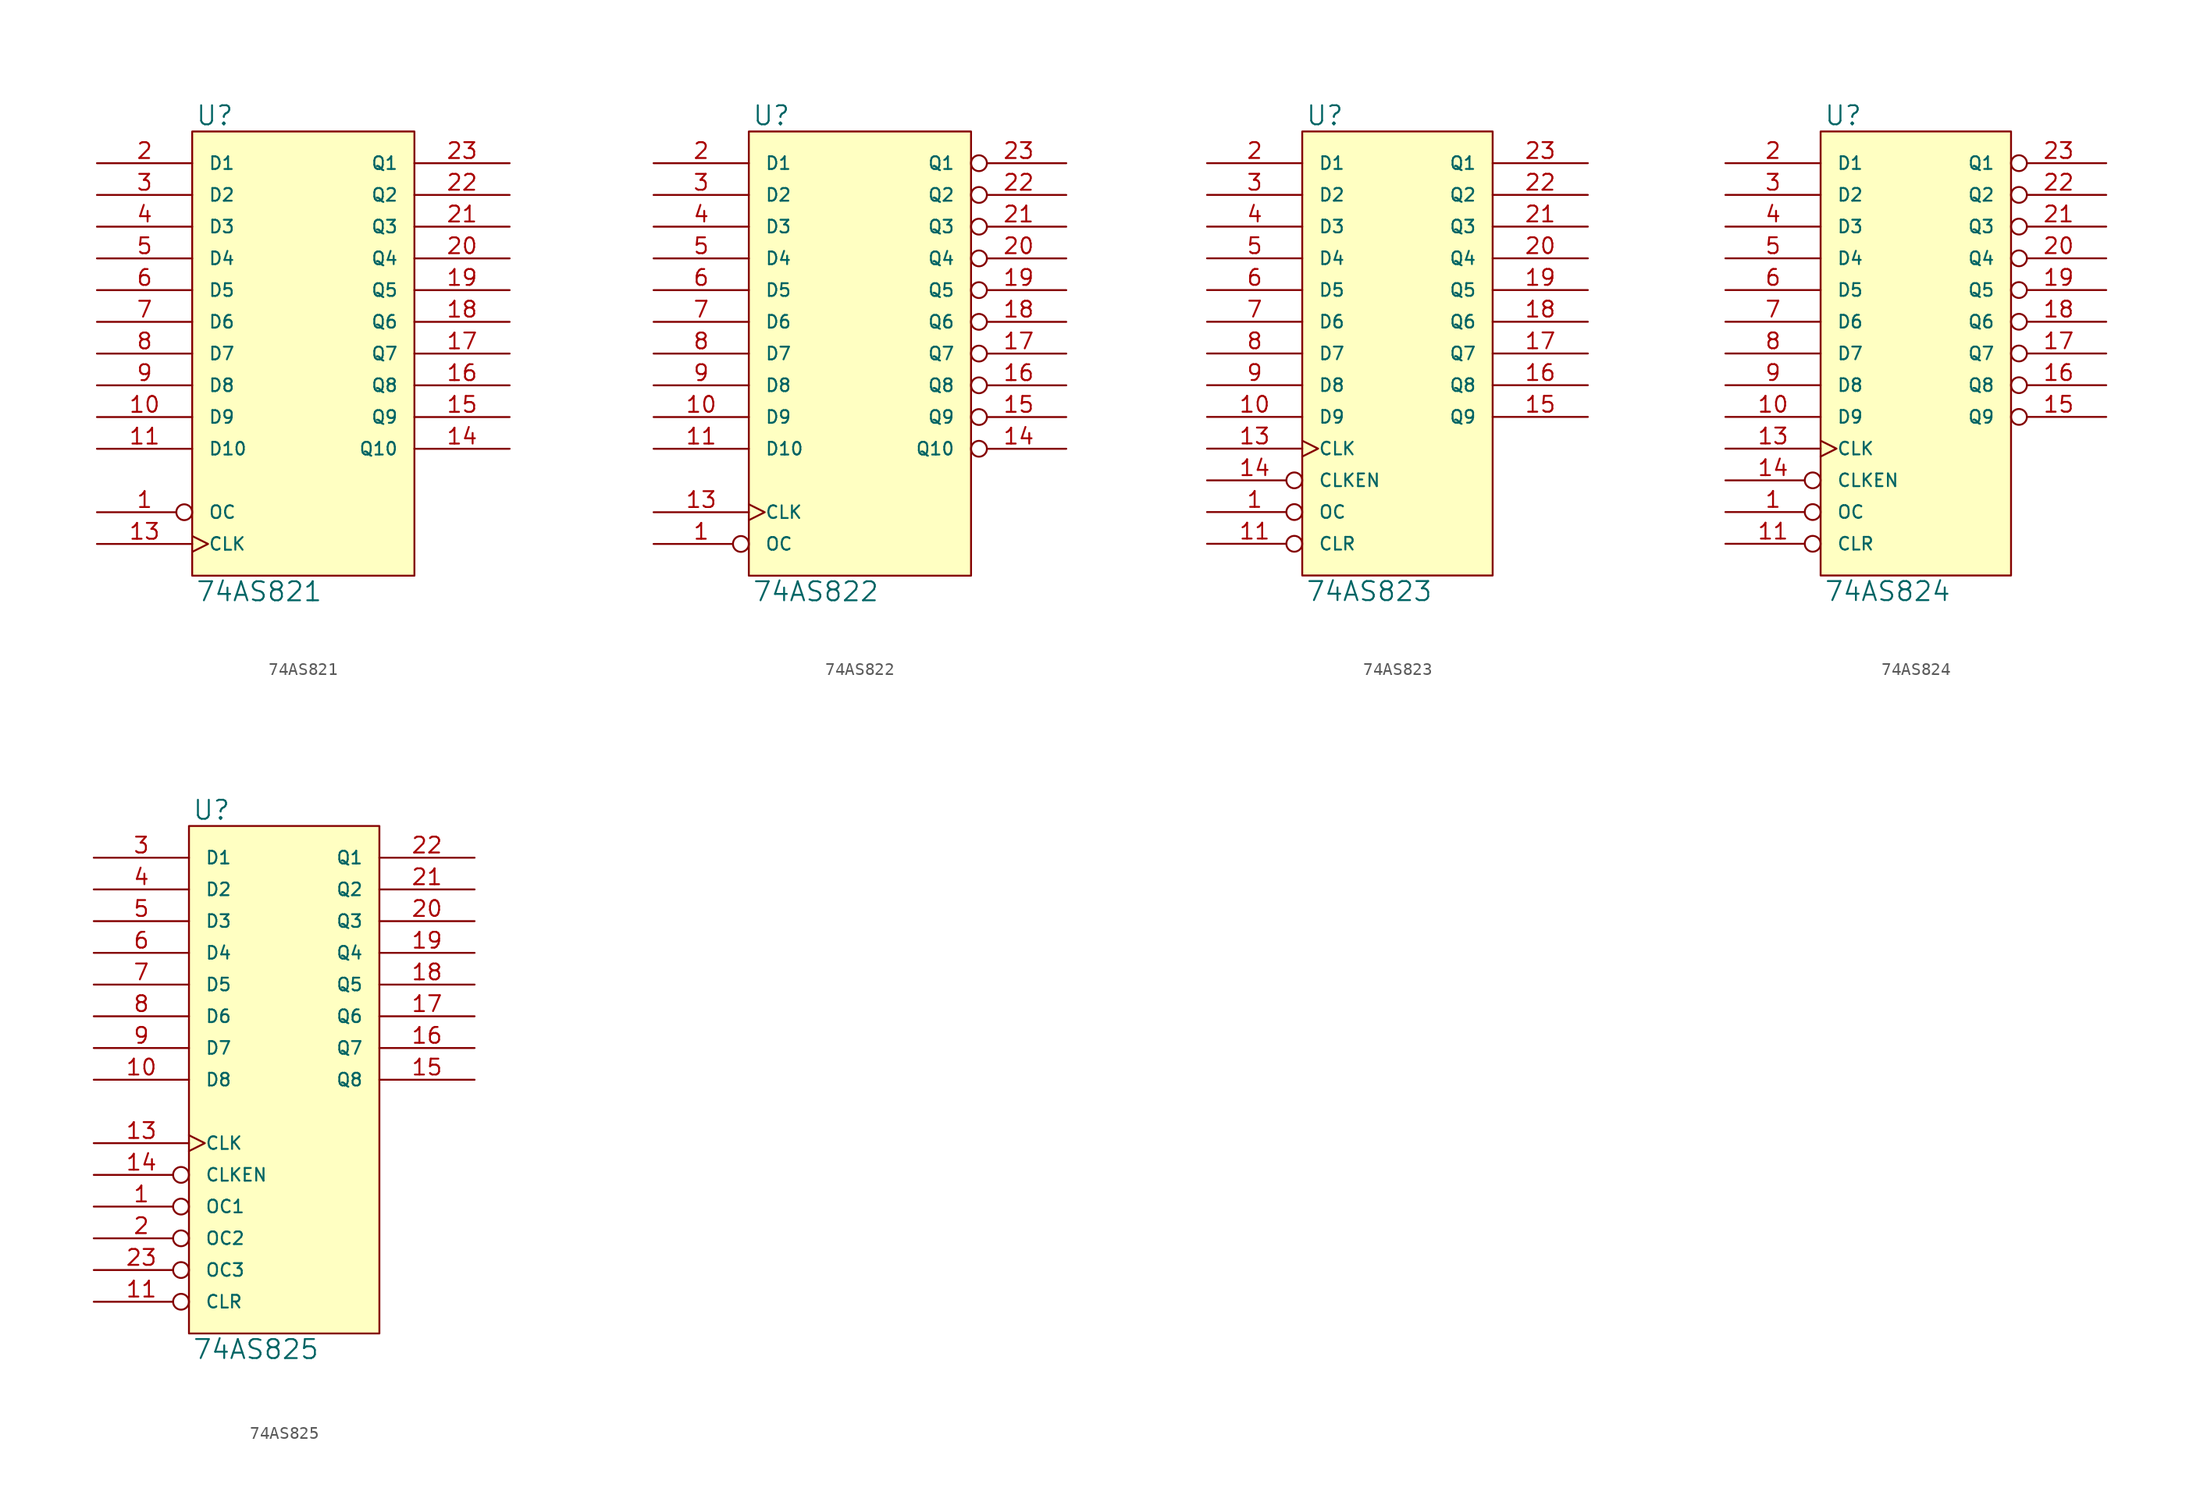
<source format=kicad_sym>
(kicad_symbol_lib
  (version 20231120)
  (generator "kicad_symbol_editor")
  (generator_version "8.0")
  (symbol "74AS821"
    (pin_names
      (offset 1.27))
    (property "Reference" "U"
      (at 0.254 0.381 0)
      (effects (font (size 1.524 1.524)) (justify left bottom)))
    (property "Value" "74AS821"
      (at 0.254 -35.941 0)
      (effects (font (size 1.524 1.524)) (justify left top)))
    (symbol "74AS821_0_1"
      (rectangle (start 0 0) (end 17.78 -35.56) (stroke (width 0) (type solid)) (fill (type background))))
    (symbol "74AS821_1_1"
      (pin input inverted (at -7.62 -30.48 0) (length 7.62) (name "OC" (effects (font (size 1.016 1.016)))) (number "1" (effects (font (size 1.27 1.27)))))
      (pin input line (at -7.62 -22.86 0) (length 7.62) (name "D9" (effects (font (size 1.016 1.016)))) (number "10" (effects (font (size 1.27 1.27)))))
      (pin input line (at -7.62 -25.4 0) (length 7.62) (name "D10" (effects (font (size 1.016 1.016)))) (number "11" (effects (font (size 1.27 1.27)))))
      (pin power_in line (at 0 -35.56 90) (length 0) hide (name "GND" (effects (font (size 1.016 1.016)))) (number "12" (effects (font (size 1.27 1.27)))))
      (pin input clock (at -7.62 -33.02 0) (length 7.62) (name "CLK" (effects (font (size 1.016 1.016)))) (number "13" (effects (font (size 1.27 1.27)))))
      (pin tri_state line (at 25.4 -25.4 180) (length 7.62) (name "Q10" (effects (font (size 1.016 1.016)))) (number "14" (effects (font (size 1.27 1.27)))))
      (pin tri_state line (at 25.4 -22.86 180) (length 7.62) (name "Q9" (effects (font (size 1.016 1.016)))) (number "15" (effects (font (size 1.27 1.27)))))
      (pin tri_state line (at 25.4 -20.32 180) (length 7.62) (name "Q8" (effects (font (size 1.016 1.016)))) (number "16" (effects (font (size 1.27 1.27)))))
      (pin tri_state line (at 25.4 -17.78 180) (length 7.62) (name "Q7" (effects (font (size 1.016 1.016)))) (number "17" (effects (font (size 1.27 1.27)))))
      (pin tri_state line (at 25.4 -15.24 180) (length 7.62) (name "Q6" (effects (font (size 1.016 1.016)))) (number "18" (effects (font (size 1.27 1.27)))))
      (pin tri_state line (at 25.4 -12.7 180) (length 7.62) (name "Q5" (effects (font (size 1.016 1.016)))) (number "19" (effects (font (size 1.27 1.27)))))
      (pin input line (at -7.62 -2.54 0) (length 7.62) (name "D1" (effects (font (size 1.016 1.016)))) (number "2" (effects (font (size 1.27 1.27)))))
      (pin tri_state line (at 25.4 -10.16 180) (length 7.62) (name "Q4" (effects (font (size 1.016 1.016)))) (number "20" (effects (font (size 1.27 1.27)))))
      (pin tri_state line (at 25.4 -7.62 180) (length 7.62) (name "Q3" (effects (font (size 1.016 1.016)))) (number "21" (effects (font (size 1.27 1.27)))))
      (pin tri_state line (at 25.4 -5.08 180) (length 7.62) (name "Q2" (effects (font (size 1.016 1.016)))) (number "22" (effects (font (size 1.27 1.27)))))
      (pin tri_state line (at 25.4 -2.54 180) (length 7.62) (name "Q1" (effects (font (size 1.016 1.016)))) (number "23" (effects (font (size 1.27 1.27)))))
      (pin power_in line (at 0 0 270) (length 0) hide (name "VCC" (effects (font (size 1.016 1.016)))) (number "24" (effects (font (size 1.27 1.27)))))
      (pin input line (at -7.62 -5.08 0) (length 7.62) (name "D2" (effects (font (size 1.016 1.016)))) (number "3" (effects (font (size 1.27 1.27)))))
      (pin input line (at -7.62 -7.62 0) (length 7.62) (name "D3" (effects (font (size 1.016 1.016)))) (number "4" (effects (font (size 1.27 1.27)))))
      (pin input line (at -7.62 -10.16 0) (length 7.62) (name "D4" (effects (font (size 1.016 1.016)))) (number "5" (effects (font (size 1.27 1.27)))))
      (pin input line (at -7.62 -12.7 0) (length 7.62) (name "D5" (effects (font (size 1.016 1.016)))) (number "6" (effects (font (size 1.27 1.27)))))
      (pin input line (at -7.62 -15.24 0) (length 7.62) (name "D6" (effects (font (size 1.016 1.016)))) (number "7" (effects (font (size 1.27 1.27)))))
      (pin input line (at -7.62 -17.78 0) (length 7.62) (name "D7" (effects (font (size 1.016 1.016)))) (number "8" (effects (font (size 1.27 1.27)))))
      (pin input line (at -7.62 -20.32 0) (length 7.62) (name "D8" (effects (font (size 1.016 1.016)))) (number "9" (effects (font (size 1.27 1.27)))))))
  (symbol "74AS822"
    (pin_names
      (offset 1.27))
    (property "Reference" "U"
      (at 0.254 0.381 0)
      (effects (font (size 1.524 1.524)) (justify left bottom)))
    (property "Value" "74AS822"
      (at 0.254 -35.941 0)
      (effects (font (size 1.524 1.524)) (justify left top)))
    (symbol "74AS822_0_1"
      (rectangle (start 0 0) (end 17.78 -35.56) (stroke (width 0) (type solid)) (fill (type background))))
    (symbol "74AS822_1_1"
      (pin input inverted (at -7.62 -33.02 0) (length 7.62) (name "OC" (effects (font (size 1.016 1.016)))) (number "1" (effects (font (size 1.27 1.27)))))
      (pin input line (at -7.62 -22.86 0) (length 7.62) (name "D9" (effects (font (size 1.016 1.016)))) (number "10" (effects (font (size 1.27 1.27)))))
      (pin input line (at -7.62 -25.4 0) (length 7.62) (name "D10" (effects (font (size 1.016 1.016)))) (number "11" (effects (font (size 1.27 1.27)))))
      (pin power_in line (at 0 -35.56 90) (length 0) hide (name "GND" (effects (font (size 1.016 1.016)))) (number "12" (effects (font (size 1.27 1.27)))))
      (pin input clock (at -7.62 -30.48 0) (length 7.62) (name "CLK" (effects (font (size 1.016 1.016)))) (number "13" (effects (font (size 1.27 1.27)))))
      (pin tri_state inverted (at 25.4 -25.4 180) (length 7.62) (name "Q10" (effects (font (size 1.016 1.016)))) (number "14" (effects (font (size 1.27 1.27)))))
      (pin tri_state inverted (at 25.4 -22.86 180) (length 7.62) (name "Q9" (effects (font (size 1.016 1.016)))) (number "15" (effects (font (size 1.27 1.27)))))
      (pin tri_state inverted (at 25.4 -20.32 180) (length 7.62) (name "Q8" (effects (font (size 1.016 1.016)))) (number "16" (effects (font (size 1.27 1.27)))))
      (pin tri_state inverted (at 25.4 -17.78 180) (length 7.62) (name "Q7" (effects (font (size 1.016 1.016)))) (number "17" (effects (font (size 1.27 1.27)))))
      (pin tri_state inverted (at 25.4 -15.24 180) (length 7.62) (name "Q6" (effects (font (size 1.016 1.016)))) (number "18" (effects (font (size 1.27 1.27)))))
      (pin tri_state inverted (at 25.4 -12.7 180) (length 7.62) (name "Q5" (effects (font (size 1.016 1.016)))) (number "19" (effects (font (size 1.27 1.27)))))
      (pin input line (at -7.62 -2.54 0) (length 7.62) (name "D1" (effects (font (size 1.016 1.016)))) (number "2" (effects (font (size 1.27 1.27)))))
      (pin tri_state inverted (at 25.4 -10.16 180) (length 7.62) (name "Q4" (effects (font (size 1.016 1.016)))) (number "20" (effects (font (size 1.27 1.27)))))
      (pin tri_state inverted (at 25.4 -7.62 180) (length 7.62) (name "Q3" (effects (font (size 1.016 1.016)))) (number "21" (effects (font (size 1.27 1.27)))))
      (pin tri_state inverted (at 25.4 -5.08 180) (length 7.62) (name "Q2" (effects (font (size 1.016 1.016)))) (number "22" (effects (font (size 1.27 1.27)))))
      (pin tri_state inverted (at 25.4 -2.54 180) (length 7.62) (name "Q1" (effects (font (size 1.016 1.016)))) (number "23" (effects (font (size 1.27 1.27)))))
      (pin power_in line (at 0 0 270) (length 0) hide (name "VCC" (effects (font (size 1.016 1.016)))) (number "24" (effects (font (size 1.27 1.27)))))
      (pin input line (at -7.62 -5.08 0) (length 7.62) (name "D2" (effects (font (size 1.016 1.016)))) (number "3" (effects (font (size 1.27 1.27)))))
      (pin input line (at -7.62 -7.62 0) (length 7.62) (name "D3" (effects (font (size 1.016 1.016)))) (number "4" (effects (font (size 1.27 1.27)))))
      (pin input line (at -7.62 -10.16 0) (length 7.62) (name "D4" (effects (font (size 1.016 1.016)))) (number "5" (effects (font (size 1.27 1.27)))))
      (pin input line (at -7.62 -12.7 0) (length 7.62) (name "D5" (effects (font (size 1.016 1.016)))) (number "6" (effects (font (size 1.27 1.27)))))
      (pin input line (at -7.62 -15.24 0) (length 7.62) (name "D6" (effects (font (size 1.016 1.016)))) (number "7" (effects (font (size 1.27 1.27)))))
      (pin input line (at -7.62 -17.78 0) (length 7.62) (name "D7" (effects (font (size 1.016 1.016)))) (number "8" (effects (font (size 1.27 1.27)))))
      (pin input line (at -7.62 -20.32 0) (length 7.62) (name "D8" (effects (font (size 1.016 1.016)))) (number "9" (effects (font (size 1.27 1.27)))))))
  (symbol "74AS823"
    (pin_names
      (offset 1.27))
    (property "Reference" "U"
      (at 0.254 0.381 0)
      (effects (font (size 1.524 1.524)) (justify left bottom)))
    (property "Value" "74AS823"
      (at 0.254 -35.941 0)
      (effects (font (size 1.524 1.524)) (justify left top)))
    (symbol "74AS823_0_1"
      (rectangle (start 0 0) (end 15.24 -35.56) (stroke (width 0) (type solid)) (fill (type background))))
    (symbol "74AS823_1_1"
      (pin input inverted (at -7.62 -30.48 0) (length 7.62) (name "OC" (effects (font (size 1.016 1.016)))) (number "1" (effects (font (size 1.27 1.27)))))
      (pin input line (at -7.62 -22.86 0) (length 7.62) (name "D9" (effects (font (size 1.016 1.016)))) (number "10" (effects (font (size 1.27 1.27)))))
      (pin input inverted (at -7.62 -33.02 0) (length 7.62) (name "CLR" (effects (font (size 1.016 1.016)))) (number "11" (effects (font (size 1.27 1.27)))))
      (pin power_in line (at 0 -35.56 90) (length 0) hide (name "GND" (effects (font (size 1.016 1.016)))) (number "12" (effects (font (size 1.27 1.27)))))
      (pin input clock (at -7.62 -25.4 0) (length 7.62) (name "CLK" (effects (font (size 1.016 1.016)))) (number "13" (effects (font (size 1.27 1.27)))))
      (pin input inverted (at -7.62 -27.94 0) (length 7.62) (name "CLKEN" (effects (font (size 1.016 1.016)))) (number "14" (effects (font (size 1.27 1.27)))))
      (pin tri_state line (at 22.86 -22.86 180) (length 7.62) (name "Q9" (effects (font (size 1.016 1.016)))) (number "15" (effects (font (size 1.27 1.27)))))
      (pin tri_state line (at 22.86 -20.32 180) (length 7.62) (name "Q8" (effects (font (size 1.016 1.016)))) (number "16" (effects (font (size 1.27 1.27)))))
      (pin tri_state line (at 22.86 -17.78 180) (length 7.62) (name "Q7" (effects (font (size 1.016 1.016)))) (number "17" (effects (font (size 1.27 1.27)))))
      (pin tri_state line (at 22.86 -15.24 180) (length 7.62) (name "Q6" (effects (font (size 1.016 1.016)))) (number "18" (effects (font (size 1.27 1.27)))))
      (pin tri_state line (at 22.86 -12.7 180) (length 7.62) (name "Q5" (effects (font (size 1.016 1.016)))) (number "19" (effects (font (size 1.27 1.27)))))
      (pin input line (at -7.62 -2.54 0) (length 7.62) (name "D1" (effects (font (size 1.016 1.016)))) (number "2" (effects (font (size 1.27 1.27)))))
      (pin tri_state line (at 22.86 -10.16 180) (length 7.62) (name "Q4" (effects (font (size 1.016 1.016)))) (number "20" (effects (font (size 1.27 1.27)))))
      (pin tri_state line (at 22.86 -7.62 180) (length 7.62) (name "Q3" (effects (font (size 1.016 1.016)))) (number "21" (effects (font (size 1.27 1.27)))))
      (pin tri_state line (at 22.86 -5.08 180) (length 7.62) (name "Q2" (effects (font (size 1.016 1.016)))) (number "22" (effects (font (size 1.27 1.27)))))
      (pin tri_state line (at 22.86 -2.54 180) (length 7.62) (name "Q1" (effects (font (size 1.016 1.016)))) (number "23" (effects (font (size 1.27 1.27)))))
      (pin power_in line (at 0 0 270) (length 0) hide (name "VCC" (effects (font (size 1.016 1.016)))) (number "24" (effects (font (size 1.27 1.27)))))
      (pin input line (at -7.62 -5.08 0) (length 7.62) (name "D2" (effects (font (size 1.016 1.016)))) (number "3" (effects (font (size 1.27 1.27)))))
      (pin input line (at -7.62 -7.62 0) (length 7.62) (name "D3" (effects (font (size 1.016 1.016)))) (number "4" (effects (font (size 1.27 1.27)))))
      (pin input line (at -7.62 -10.16 0) (length 7.62) (name "D4" (effects (font (size 1.016 1.016)))) (number "5" (effects (font (size 1.27 1.27)))))
      (pin input line (at -7.62 -12.7 0) (length 7.62) (name "D5" (effects (font (size 1.016 1.016)))) (number "6" (effects (font (size 1.27 1.27)))))
      (pin input line (at -7.62 -15.24 0) (length 7.62) (name "D6" (effects (font (size 1.016 1.016)))) (number "7" (effects (font (size 1.27 1.27)))))
      (pin input line (at -7.62 -17.78 0) (length 7.62) (name "D7" (effects (font (size 1.016 1.016)))) (number "8" (effects (font (size 1.27 1.27)))))
      (pin input line (at -7.62 -20.32 0) (length 7.62) (name "D8" (effects (font (size 1.016 1.016)))) (number "9" (effects (font (size 1.27 1.27)))))))
  (symbol "74AS824"
    (pin_names
      (offset 1.27))
    (property "Reference" "U"
      (at 0.254 0.381 0)
      (effects (font (size 1.524 1.524)) (justify left bottom)))
    (property "Value" "74AS824"
      (at 0.254 -35.941 0)
      (effects (font (size 1.524 1.524)) (justify left top)))
    (symbol "74AS824_0_1"
      (rectangle (start 0 0) (end 15.24 -35.56) (stroke (width 0) (type solid)) (fill (type background))))
    (symbol "74AS824_1_1"
      (pin input inverted (at -7.62 -30.48 0) (length 7.62) (name "OC" (effects (font (size 1.016 1.016)))) (number "1" (effects (font (size 1.27 1.27)))))
      (pin input line (at -7.62 -22.86 0) (length 7.62) (name "D9" (effects (font (size 1.016 1.016)))) (number "10" (effects (font (size 1.27 1.27)))))
      (pin input inverted (at -7.62 -33.02 0) (length 7.62) (name "CLR" (effects (font (size 1.016 1.016)))) (number "11" (effects (font (size 1.27 1.27)))))
      (pin power_in line (at 0 -35.56 90) (length 0) hide (name "GND" (effects (font (size 1.016 1.016)))) (number "12" (effects (font (size 1.27 1.27)))))
      (pin input clock (at -7.62 -25.4 0) (length 7.62) (name "CLK" (effects (font (size 1.016 1.016)))) (number "13" (effects (font (size 1.27 1.27)))))
      (pin input inverted (at -7.62 -27.94 0) (length 7.62) (name "CLKEN" (effects (font (size 1.016 1.016)))) (number "14" (effects (font (size 1.27 1.27)))))
      (pin tri_state inverted (at 22.86 -22.86 180) (length 7.62) (name "Q9" (effects (font (size 1.016 1.016)))) (number "15" (effects (font (size 1.27 1.27)))))
      (pin tri_state inverted (at 22.86 -20.32 180) (length 7.62) (name "Q8" (effects (font (size 1.016 1.016)))) (number "16" (effects (font (size 1.27 1.27)))))
      (pin tri_state inverted (at 22.86 -17.78 180) (length 7.62) (name "Q7" (effects (font (size 1.016 1.016)))) (number "17" (effects (font (size 1.27 1.27)))))
      (pin tri_state inverted (at 22.86 -15.24 180) (length 7.62) (name "Q6" (effects (font (size 1.016 1.016)))) (number "18" (effects (font (size 1.27 1.27)))))
      (pin tri_state inverted (at 22.86 -12.7 180) (length 7.62) (name "Q5" (effects (font (size 1.016 1.016)))) (number "19" (effects (font (size 1.27 1.27)))))
      (pin input line (at -7.62 -2.54 0) (length 7.62) (name "D1" (effects (font (size 1.016 1.016)))) (number "2" (effects (font (size 1.27 1.27)))))
      (pin tri_state inverted (at 22.86 -10.16 180) (length 7.62) (name "Q4" (effects (font (size 1.016 1.016)))) (number "20" (effects (font (size 1.27 1.27)))))
      (pin tri_state inverted (at 22.86 -7.62 180) (length 7.62) (name "Q3" (effects (font (size 1.016 1.016)))) (number "21" (effects (font (size 1.27 1.27)))))
      (pin tri_state inverted (at 22.86 -5.08 180) (length 7.62) (name "Q2" (effects (font (size 1.016 1.016)))) (number "22" (effects (font (size 1.27 1.27)))))
      (pin tri_state inverted (at 22.86 -2.54 180) (length 7.62) (name "Q1" (effects (font (size 1.016 1.016)))) (number "23" (effects (font (size 1.27 1.27)))))
      (pin power_in line (at 0 0 270) (length 0) hide (name "VCC" (effects (font (size 1.016 1.016)))) (number "24" (effects (font (size 1.27 1.27)))))
      (pin input line (at -7.62 -5.08 0) (length 7.62) (name "D2" (effects (font (size 1.016 1.016)))) (number "3" (effects (font (size 1.27 1.27)))))
      (pin input line (at -7.62 -7.62 0) (length 7.62) (name "D3" (effects (font (size 1.016 1.016)))) (number "4" (effects (font (size 1.27 1.27)))))
      (pin input line (at -7.62 -10.16 0) (length 7.62) (name "D4" (effects (font (size 1.016 1.016)))) (number "5" (effects (font (size 1.27 1.27)))))
      (pin input line (at -7.62 -12.7 0) (length 7.62) (name "D5" (effects (font (size 1.016 1.016)))) (number "6" (effects (font (size 1.27 1.27)))))
      (pin input line (at -7.62 -15.24 0) (length 7.62) (name "D6" (effects (font (size 1.016 1.016)))) (number "7" (effects (font (size 1.27 1.27)))))
      (pin input line (at -7.62 -17.78 0) (length 7.62) (name "D7" (effects (font (size 1.016 1.016)))) (number "8" (effects (font (size 1.27 1.27)))))
      (pin input line (at -7.62 -20.32 0) (length 7.62) (name "D8" (effects (font (size 1.016 1.016)))) (number "9" (effects (font (size 1.27 1.27)))))))
  (symbol "74AS825"
    (pin_names
      (offset 1.27))
    (property "Reference" "U"
      (at 0.254 0.381 0)
      (effects (font (size 1.524 1.524)) (justify left bottom)))
    (property "Value" "74AS825"
      (at 0.254 -41.021 0)
      (effects (font (size 1.524 1.524)) (justify left top)))
    (symbol "74AS825_0_1"
      (rectangle (start 0 0) (end 15.24 -40.64) (stroke (width 0) (type solid)) (fill (type background))))
    (symbol "74AS825_1_1"
      (pin input inverted (at -7.62 -30.48 0) (length 7.62) (name "OC1" (effects (font (size 1.016 1.016)))) (number "1" (effects (font (size 1.27 1.27)))))
      (pin input line (at -7.62 -20.32 0) (length 7.62) (name "D8" (effects (font (size 1.016 1.016)))) (number "10" (effects (font (size 1.27 1.27)))))
      (pin input inverted (at -7.62 -38.1 0) (length 7.62) (name "CLR" (effects (font (size 1.016 1.016)))) (number "11" (effects (font (size 1.27 1.27)))))
      (pin power_in line (at 0 -40.64 90) (length 0) hide (name "GND" (effects (font (size 1.016 1.016)))) (number "12" (effects (font (size 1.27 1.27)))))
      (pin input clock (at -7.62 -25.4 0) (length 7.62) (name "CLK" (effects (font (size 1.016 1.016)))) (number "13" (effects (font (size 1.27 1.27)))))
      (pin input inverted (at -7.62 -27.94 0) (length 7.62) (name "CLKEN" (effects (font (size 1.016 1.016)))) (number "14" (effects (font (size 1.27 1.27)))))
      (pin tri_state line (at 22.86 -20.32 180) (length 7.62) (name "Q8" (effects (font (size 1.016 1.016)))) (number "15" (effects (font (size 1.27 1.27)))))
      (pin tri_state line (at 22.86 -17.78 180) (length 7.62) (name "Q7" (effects (font (size 1.016 1.016)))) (number "16" (effects (font (size 1.27 1.27)))))
      (pin tri_state line (at 22.86 -15.24 180) (length 7.62) (name "Q6" (effects (font (size 1.016 1.016)))) (number "17" (effects (font (size 1.27 1.27)))))
      (pin tri_state line (at 22.86 -12.7 180) (length 7.62) (name "Q5" (effects (font (size 1.016 1.016)))) (number "18" (effects (font (size 1.27 1.27)))))
      (pin tri_state line (at 22.86 -10.16 180) (length 7.62) (name "Q4" (effects (font (size 1.016 1.016)))) (number "19" (effects (font (size 1.27 1.27)))))
      (pin input inverted (at -7.62 -33.02 0) (length 7.62) (name "OC2" (effects (font (size 1.016 1.016)))) (number "2" (effects (font (size 1.27 1.27)))))
      (pin tri_state line (at 22.86 -7.62 180) (length 7.62) (name "Q3" (effects (font (size 1.016 1.016)))) (number "20" (effects (font (size 1.27 1.27)))))
      (pin tri_state line (at 22.86 -5.08 180) (length 7.62) (name "Q2" (effects (font (size 1.016 1.016)))) (number "21" (effects (font (size 1.27 1.27)))))
      (pin tri_state line (at 22.86 -2.54 180) (length 7.62) (name "Q1" (effects (font (size 1.016 1.016)))) (number "22" (effects (font (size 1.27 1.27)))))
      (pin input inverted (at -7.62 -35.56 0) (length 7.62) (name "OC3" (effects (font (size 1.016 1.016)))) (number "23" (effects (font (size 1.27 1.27)))))
      (pin power_in line (at 0 0 270) (length 0) hide (name "VCC" (effects (font (size 1.016 1.016)))) (number "24" (effects (font (size 1.27 1.27)))))
      (pin input line (at -7.62 -2.54 0) (length 7.62) (name "D1" (effects (font (size 1.016 1.016)))) (number "3" (effects (font (size 1.27 1.27)))))
      (pin input line (at -7.62 -5.08 0) (length 7.62) (name "D2" (effects (font (size 1.016 1.016)))) (number "4" (effects (font (size 1.27 1.27)))))
      (pin input line (at -7.62 -7.62 0) (length 7.62) (name "D3" (effects (font (size 1.016 1.016)))) (number "5" (effects (font (size 1.27 1.27)))))
      (pin input line (at -7.62 -10.16 0) (length 7.62) (name "D4" (effects (font (size 1.016 1.016)))) (number "6" (effects (font (size 1.27 1.27)))))
      (pin input line (at -7.62 -12.7 0) (length 7.62) (name "D5" (effects (font (size 1.016 1.016)))) (number "7" (effects (font (size 1.27 1.27)))))
      (pin input line (at -7.62 -15.24 0) (length 7.62) (name "D6" (effects (font (size 1.016 1.016)))) (number "8" (effects (font (size 1.27 1.27)))))
      (pin input line (at -7.62 -17.78 0) (length 7.62) (name "D7" (effects (font (size 1.016 1.016)))) (number "9" (effects (font (size 1.27 1.27))))))))
</source>
